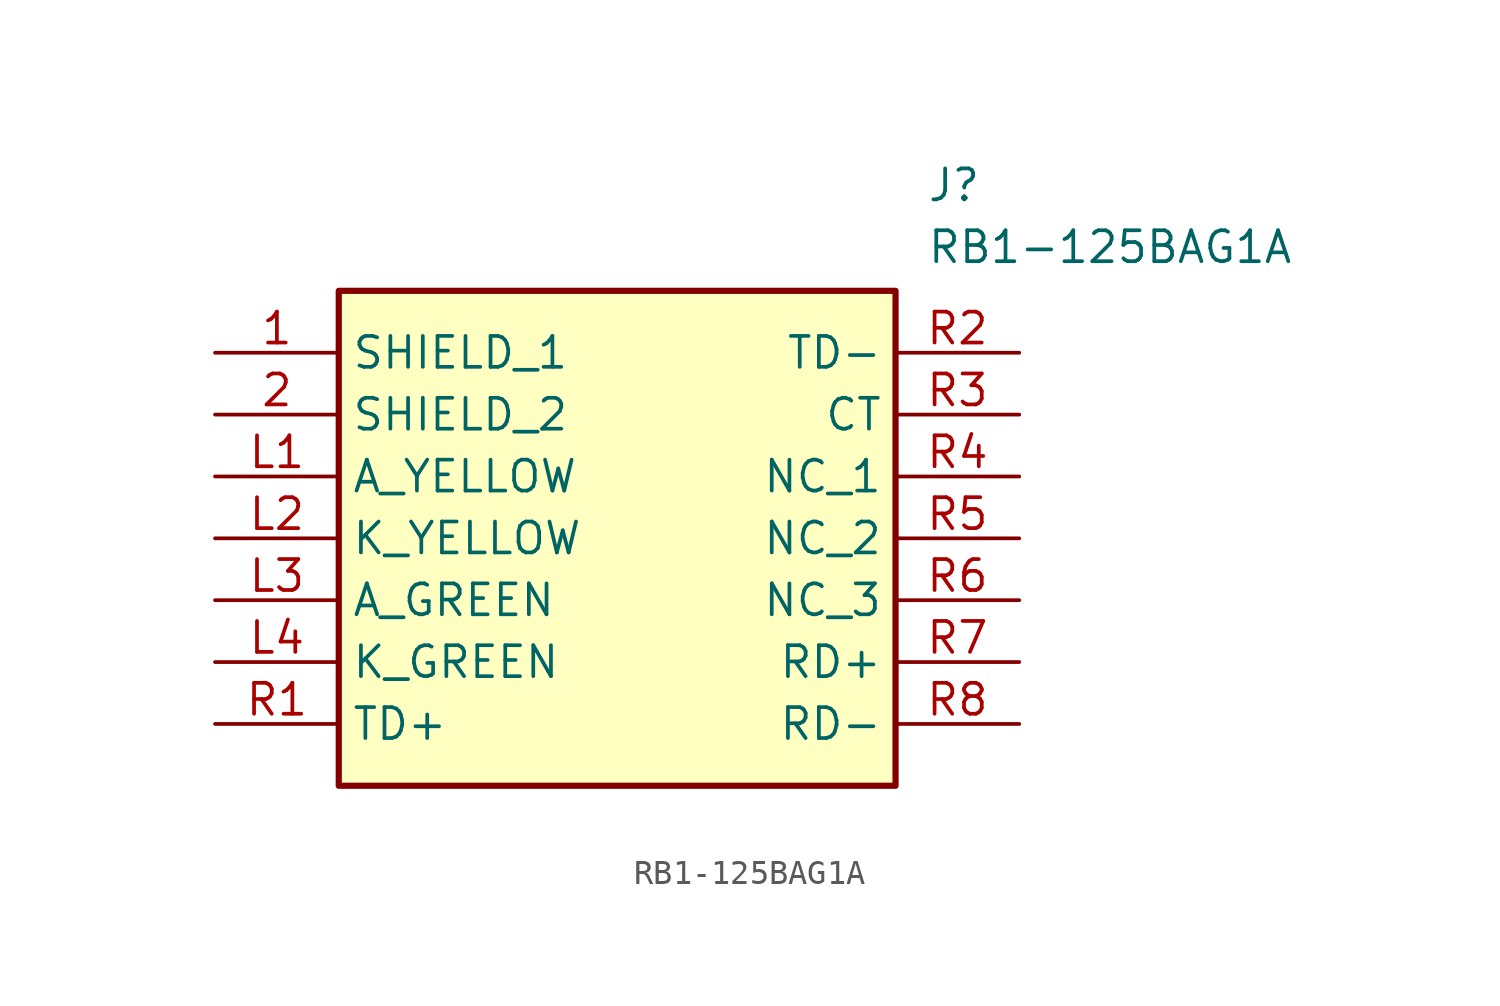
<source format=kicad_sym>
(kicad_symbol_lib
  (version 20211014)
  (generator SamacSys_ECAD_Model)
  (symbol "RB1-125BAG1A"
    (property "Reference" "J"
      (at 29.21 7.62 0)
      (effects (font (size 1.27 1.27)) (justify left top)))
    (property "Value" "RB1-125BAG1A"
      (at 29.21 5.08 0)
      (effects (font (size 1.27 1.27)) (justify left top)))
    (rectangle
      (start 5.08 2.54)
      (end 27.94 -17.78)
      (stroke (width 0.254) (type default))
      (fill (type background)))
    (pin passive line
      (at 0 0 0)
      (length 5.08)
      (name "SHIELD_1" (effects (font (size 1.27 1.27))))
      (number "1" (effects (font (size 1.27 1.27)))))
    (pin passive line
      (at 0 -2.54 0)
      (length 5.08)
      (name "SHIELD_2" (effects (font (size 1.27 1.27))))
      (number "2" (effects (font (size 1.27 1.27)))))
    (pin passive line
      (at 0 -5.08 0)
      (length 5.08)
      (name "A_YELLOW" (effects (font (size 1.27 1.27))))
      (number "L1" (effects (font (size 1.27 1.27)))))
    (pin passive line
      (at 0 -7.62 0)
      (length 5.08)
      (name "K_YELLOW" (effects (font (size 1.27 1.27))))
      (number "L2" (effects (font (size 1.27 1.27)))))
    (pin passive line
      (at 0 -10.16 0)
      (length 5.08)
      (name "A_GREEN" (effects (font (size 1.27 1.27))))
      (number "L3" (effects (font (size 1.27 1.27)))))
    (pin passive line
      (at 0 -12.7 0)
      (length 5.08)
      (name "K_GREEN" (effects (font (size 1.27 1.27))))
      (number "L4" (effects (font (size 1.27 1.27)))))
    (pin passive line
      (at 0 -15.24 0)
      (length 5.08)
      (name "TD+" (effects (font (size 1.27 1.27))))
      (number "R1" (effects (font (size 1.27 1.27)))))
    (pin passive line
      (at 33.02 0 180)
      (length 5.08)
      (name "TD-" (effects (font (size 1.27 1.27))))
      (number "R2" (effects (font (size 1.27 1.27)))))
    (pin passive line
      (at 33.02 -2.54 180)
      (length 5.08)
      (name "CT" (effects (font (size 1.27 1.27))))
      (number "R3" (effects (font (size 1.27 1.27)))))
    (pin passive line
      (at 33.02 -5.08 180)
      (length 5.08)
      (name "NC_1" (effects (font (size 1.27 1.27))))
      (number "R4" (effects (font (size 1.27 1.27)))))
    (pin passive line
      (at 33.02 -7.62 180)
      (length 5.08)
      (name "NC_2" (effects (font (size 1.27 1.27))))
      (number "R5" (effects (font (size 1.27 1.27)))))
    (pin passive line
      (at 33.02 -10.16 180)
      (length 5.08)
      (name "NC_3" (effects (font (size 1.27 1.27))))
      (number "R6" (effects (font (size 1.27 1.27)))))
    (pin passive line
      (at 33.02 -12.7 180)
      (length 5.08)
      (name "RD+" (effects (font (size 1.27 1.27))))
      (number "R7" (effects (font (size 1.27 1.27)))))
    (pin passive line
      (at 33.02 -15.24 180)
      (length 5.08)
      (name "RD-" (effects (font (size 1.27 1.27))))
      (number "R8" (effects (font (size 1.27 1.27)))))))
</source>
